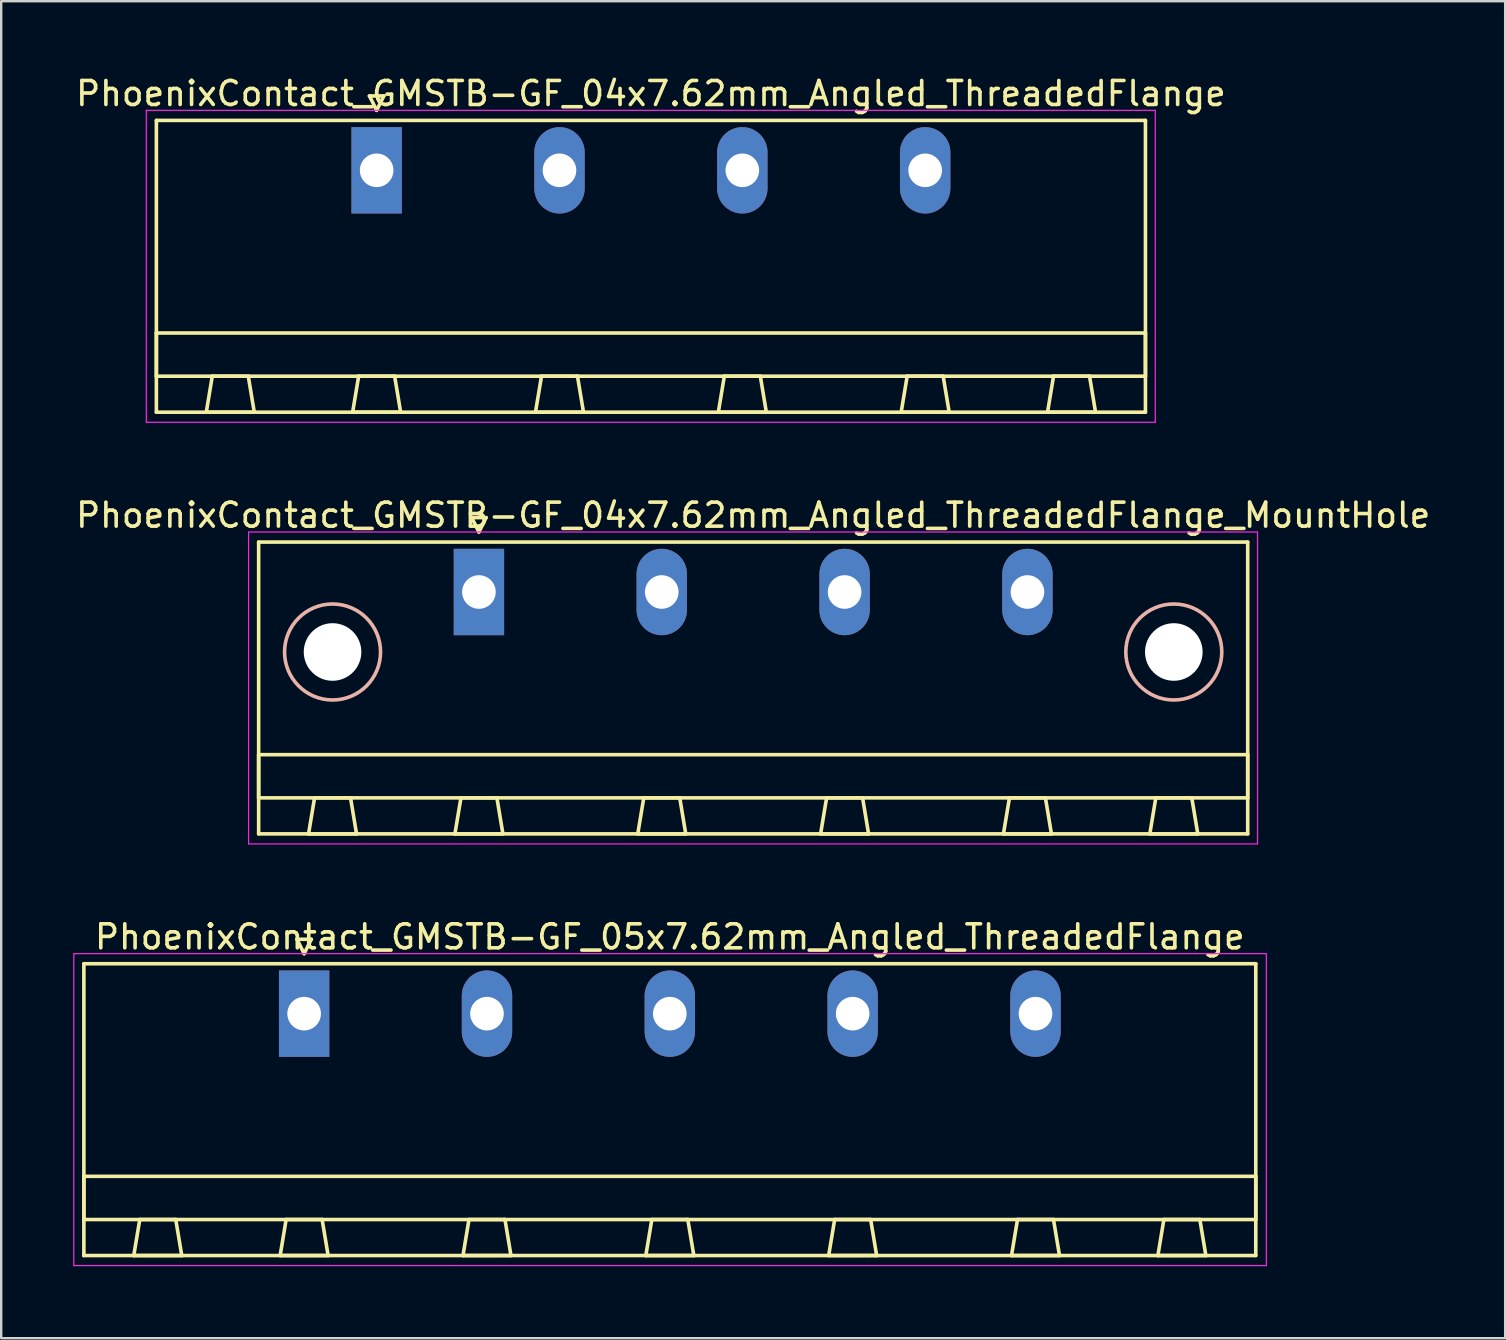
<source format=kicad_pcb>
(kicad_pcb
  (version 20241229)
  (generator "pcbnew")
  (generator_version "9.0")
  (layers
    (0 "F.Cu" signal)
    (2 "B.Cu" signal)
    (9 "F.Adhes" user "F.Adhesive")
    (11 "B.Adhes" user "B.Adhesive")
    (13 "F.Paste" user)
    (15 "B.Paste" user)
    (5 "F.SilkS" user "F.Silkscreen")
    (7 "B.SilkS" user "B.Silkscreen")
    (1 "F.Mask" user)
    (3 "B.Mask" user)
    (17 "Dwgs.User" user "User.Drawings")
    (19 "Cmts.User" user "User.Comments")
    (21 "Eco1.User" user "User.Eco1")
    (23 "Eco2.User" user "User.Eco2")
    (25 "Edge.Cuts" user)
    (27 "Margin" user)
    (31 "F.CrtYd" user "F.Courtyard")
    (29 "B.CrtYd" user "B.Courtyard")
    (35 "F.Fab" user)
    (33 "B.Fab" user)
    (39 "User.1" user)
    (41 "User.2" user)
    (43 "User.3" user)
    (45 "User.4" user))
  (footprint "PhoenixContact_GMSTB-GF_04x7.62mm_Angled_ThreadedFlange_MountHole"
    (layer "F.Cu")
    (at 16.909 21.622)
    (property "Reference" "PhoenixContact_GMSTB-GF_04x7.62mm_Angled_ThreadedFlange_MountHole" (at 11.43 -3.2 0) (layer "F.SilkS") (effects (font (size 1 1) (thickness 0.15))))
    (attr through_hole)
    (fp_line (start -9.18 -2.08) (end -9.18 10.08) (stroke (width 0.15) (type solid)) (layer "F.SilkS"))
    (fp_line (start -9.18 6.78) (end 32.04 6.78) (stroke (width 0.15) (type solid)) (layer "F.SilkS"))
    (fp_line (start -9.18 8.58) (end -9.18 6.78) (stroke (width 0.15) (type solid)) (layer "F.SilkS"))
    (fp_line (start -9.18 10.08) (end 32.04 10.08) (stroke (width 0.15) (type solid)) (layer "F.SilkS"))
    (fp_line (start -7.1 10.08) (end -5.1 10.08) (stroke (width 0.15) (type solid)) (layer "F.SilkS"))
    (fp_line (start -6.85 8.58) (end -7.1 10.08) (stroke (width 0.15) (type solid)) (layer "F.SilkS"))
    (fp_line (start -5.35 8.58) (end -6.85 8.58) (stroke (width 0.15) (type solid)) (layer "F.SilkS"))
    (fp_line (start -5.1 10.08) (end -5.35 8.58) (stroke (width 0.15) (type solid)) (layer "F.SilkS"))
    (fp_line (start -1 10.08) (end 1 10.08) (stroke (width 0.15) (type solid)) (layer "F.SilkS"))
    (fp_line (start -0.75 8.58) (end -1 10.08) (stroke (width 0.15) (type solid)) (layer "F.SilkS"))
    (fp_line (start -0.3 -3.1) (end 0 -2.5) (stroke (width 0.15) (type solid)) (layer "F.SilkS"))
    (fp_line (start 0 -2.5) (end 0.3 -3.1) (stroke (width 0.15) (type solid)) (layer "F.SilkS"))
    (fp_line (start 0.3 -3.1) (end -0.3 -3.1) (stroke (width 0.15) (type solid)) (layer "F.SilkS"))
    (fp_line (start 0.75 8.58) (end -0.75 8.58) (stroke (width 0.15) (type solid)) (layer "F.SilkS"))
    (fp_line (start 1 10.08) (end 0.75 8.58) (stroke (width 0.15) (type solid)) (layer "F.SilkS"))
    (fp_line (start 6.62 10.08) (end 8.62 10.08) (stroke (width 0.15) (type solid)) (layer "F.SilkS"))
    (fp_line (start 6.87 8.58) (end 6.62 10.08) (stroke (width 0.15) (type solid)) (layer "F.SilkS"))
    (fp_line (start 8.37 8.58) (end 6.87 8.58) (stroke (width 0.15) (type solid)) (layer "F.SilkS"))
    (fp_line (start 8.62 10.08) (end 8.37 8.58) (stroke (width 0.15) (type solid)) (layer "F.SilkS"))
    (fp_line (start 14.24 10.08) (end 16.24 10.08) (stroke (width 0.15) (type solid)) (layer "F.SilkS"))
    (fp_line (start 14.49 8.58) (end 14.24 10.08) (stroke (width 0.15) (type solid)) (layer "F.SilkS"))
    (fp_line (start 15.99 8.58) (end 14.49 8.58) (stroke (width 0.15) (type solid)) (layer "F.SilkS"))
    (fp_line (start 16.24 10.08) (end 15.99 8.58) (stroke (width 0.15) (type solid)) (layer "F.SilkS"))
    (fp_line (start 21.86 10.08) (end 23.86 10.08) (stroke (width 0.15) (type solid)) (layer "F.SilkS"))
    (fp_line (start 22.11 8.58) (end 21.86 10.08) (stroke (width 0.15) (type solid)) (layer "F.SilkS"))
    (fp_line (start 23.61 8.58) (end 22.11 8.58) (stroke (width 0.15) (type solid)) (layer "F.SilkS"))
    (fp_line (start 23.86 10.08) (end 23.61 8.58) (stroke (width 0.15) (type solid)) (layer "F.SilkS"))
    (fp_line (start 27.96 10.08) (end 29.96 10.08) (stroke (width 0.15) (type solid)) (layer "F.SilkS"))
    (fp_line (start 28.21 8.58) (end 27.96 10.08) (stroke (width 0.15) (type solid)) (layer "F.SilkS"))
    (fp_line (start 29.71 8.58) (end 28.21 8.58) (stroke (width 0.15) (type solid)) (layer "F.SilkS"))
    (fp_line (start 29.96 10.08) (end 29.71 8.58) (stroke (width 0.15) (type solid)) (layer "F.SilkS"))
    (fp_line (start 32.04 -2.08) (end -9.18 -2.08) (stroke (width 0.15) (type solid)) (layer "F.SilkS"))
    (fp_line (start 32.04 6.78) (end 32.04 8.58) (stroke (width 0.15) (type solid)) (layer "F.SilkS"))
    (fp_line (start 32.04 8.58) (end -9.18 8.58) (stroke (width 0.15) (type solid)) (layer "F.SilkS"))
    (fp_line (start 32.04 10.08) (end 32.04 -2.08) (stroke (width 0.15) (type solid)) (layer "F.SilkS"))
    (fp_circle (center -6.1 2.5) (end -4.1 2.5) (stroke (width 0.15) (type solid)) (fill no) (layer "B.SilkS"))
    (fp_circle (center 28.96 2.5) (end 30.96 2.5) (stroke (width 0.15) (type solid)) (fill no) (layer "B.SilkS"))
    (fp_line (start -9.6 -2.5) (end -9.6 10.5) (stroke (width 0.05) (type solid)) (layer "F.CrtYd"))
    (fp_line (start -9.6 10.5) (end 32.45 10.5) (stroke (width 0.05) (type solid)) (layer "F.CrtYd"))
    (fp_line (start 32.45 -2.5) (end -9.6 -2.5) (stroke (width 0.05) (type solid)) (layer "F.CrtYd"))
    (fp_line (start 32.45 10.5) (end 32.45 -2.5) (stroke (width 0.05) (type solid)) (layer "F.CrtYd"))
    (pad "" np_thru_hole circle (at -6.1 2.5) (size 2.4 2.4) (drill 2.4) (layers "*.Cu" "*.Mask"))
    (pad "" np_thru_hole circle (at 28.96 2.5) (size 2.4 2.4) (drill 2.4) (layers "*.Cu" "*.Mask"))
    (pad "1" thru_hole rect (at 0 0) (size 2.1 3.6) (drill 1.4) (layers "*.Cu" "*.Mask"))
    (pad "2" thru_hole oval (at 7.62 0) (size 2.1 3.6) (drill 1.4) (layers "*.Cu" "*.Mask"))
    (pad "3" thru_hole oval (at 15.24 0) (size 2.1 3.6) (drill 1.4) (layers "*.Cu" "*.Mask"))
    (pad "4" thru_hole oval (at 22.86 0) (size 2.1 3.6) (drill 1.4) (layers "*.Cu" "*.Mask")))
  (footprint "PhoenixContact_GMSTB-GF_04x7.62mm_Angled_ThreadedFlange"
    (layer "F.Cu")
    (at 12.647 4.048)
    (property "Reference" "PhoenixContact_GMSTB-GF_04x7.62mm_Angled_ThreadedFlange" (at 11.43 -3.2 0) (layer "F.SilkS") (effects (font (size 1 1) (thickness 0.15))))
    (attr through_hole)
    (fp_line (start -9.18 -2.08) (end -9.18 10.08) (stroke (width 0.15) (type solid)) (layer "F.SilkS"))
    (fp_line (start -9.18 6.78) (end 32.04 6.78) (stroke (width 0.15) (type solid)) (layer "F.SilkS"))
    (fp_line (start -9.18 8.58) (end -9.18 6.78) (stroke (width 0.15) (type solid)) (layer "F.SilkS"))
    (fp_line (start -9.18 10.08) (end 32.04 10.08) (stroke (width 0.15) (type solid)) (layer "F.SilkS"))
    (fp_line (start -7.1 10.08) (end -5.1 10.08) (stroke (width 0.15) (type solid)) (layer "F.SilkS"))
    (fp_line (start -6.85 8.58) (end -7.1 10.08) (stroke (width 0.15) (type solid)) (layer "F.SilkS"))
    (fp_line (start -5.35 8.58) (end -6.85 8.58) (stroke (width 0.15) (type solid)) (layer "F.SilkS"))
    (fp_line (start -5.1 10.08) (end -5.35 8.58) (stroke (width 0.15) (type solid)) (layer "F.SilkS"))
    (fp_line (start -1 10.08) (end 1 10.08) (stroke (width 0.15) (type solid)) (layer "F.SilkS"))
    (fp_line (start -0.75 8.58) (end -1 10.08) (stroke (width 0.15) (type solid)) (layer "F.SilkS"))
    (fp_line (start -0.3 -3.1) (end 0 -2.5) (stroke (width 0.15) (type solid)) (layer "F.SilkS"))
    (fp_line (start 0 -2.5) (end 0.3 -3.1) (stroke (width 0.15) (type solid)) (layer "F.SilkS"))
    (fp_line (start 0.3 -3.1) (end -0.3 -3.1) (stroke (width 0.15) (type solid)) (layer "F.SilkS"))
    (fp_line (start 0.75 8.58) (end -0.75 8.58) (stroke (width 0.15) (type solid)) (layer "F.SilkS"))
    (fp_line (start 1 10.08) (end 0.75 8.58) (stroke (width 0.15) (type solid)) (layer "F.SilkS"))
    (fp_line (start 6.62 10.08) (end 8.62 10.08) (stroke (width 0.15) (type solid)) (layer "F.SilkS"))
    (fp_line (start 6.87 8.58) (end 6.62 10.08) (stroke (width 0.15) (type solid)) (layer "F.SilkS"))
    (fp_line (start 8.37 8.58) (end 6.87 8.58) (stroke (width 0.15) (type solid)) (layer "F.SilkS"))
    (fp_line (start 8.62 10.08) (end 8.37 8.58) (stroke (width 0.15) (type solid)) (layer "F.SilkS"))
    (fp_line (start 14.24 10.08) (end 16.24 10.08) (stroke (width 0.15) (type solid)) (layer "F.SilkS"))
    (fp_line (start 14.49 8.58) (end 14.24 10.08) (stroke (width 0.15) (type solid)) (layer "F.SilkS"))
    (fp_line (start 15.99 8.58) (end 14.49 8.58) (stroke (width 0.15) (type solid)) (layer "F.SilkS"))
    (fp_line (start 16.24 10.08) (end 15.99 8.58) (stroke (width 0.15) (type solid)) (layer "F.SilkS"))
    (fp_line (start 21.86 10.08) (end 23.86 10.08) (stroke (width 0.15) (type solid)) (layer "F.SilkS"))
    (fp_line (start 22.11 8.58) (end 21.86 10.08) (stroke (width 0.15) (type solid)) (layer "F.SilkS"))
    (fp_line (start 23.61 8.58) (end 22.11 8.58) (stroke (width 0.15) (type solid)) (layer "F.SilkS"))
    (fp_line (start 23.86 10.08) (end 23.61 8.58) (stroke (width 0.15) (type solid)) (layer "F.SilkS"))
    (fp_line (start 27.96 10.08) (end 29.96 10.08) (stroke (width 0.15) (type solid)) (layer "F.SilkS"))
    (fp_line (start 28.21 8.58) (end 27.96 10.08) (stroke (width 0.15) (type solid)) (layer "F.SilkS"))
    (fp_line (start 29.71 8.58) (end 28.21 8.58) (stroke (width 0.15) (type solid)) (layer "F.SilkS"))
    (fp_line (start 29.96 10.08) (end 29.71 8.58) (stroke (width 0.15) (type solid)) (layer "F.SilkS"))
    (fp_line (start 32.04 -2.08) (end -9.18 -2.08) (stroke (width 0.15) (type solid)) (layer "F.SilkS"))
    (fp_line (start 32.04 6.78) (end 32.04 8.58) (stroke (width 0.15) (type solid)) (layer "F.SilkS"))
    (fp_line (start 32.04 8.58) (end -9.18 8.58) (stroke (width 0.15) (type solid)) (layer "F.SilkS"))
    (fp_line (start 32.04 10.08) (end 32.04 -2.08) (stroke (width 0.15) (type solid)) (layer "F.SilkS"))
    (fp_line (start -9.6 -2.5) (end -9.6 10.5) (stroke (width 0.05) (type solid)) (layer "F.CrtYd"))
    (fp_line (start -9.6 10.5) (end 32.45 10.5) (stroke (width 0.05) (type solid)) (layer "F.CrtYd"))
    (fp_line (start 32.45 -2.5) (end -9.6 -2.5) (stroke (width 0.05) (type solid)) (layer "F.CrtYd"))
    (fp_line (start 32.45 10.5) (end 32.45 -2.5) (stroke (width 0.05) (type solid)) (layer "F.CrtYd"))
    (pad "1" thru_hole rect (at 0 0) (size 2.1 3.6) (drill 1.4) (layers "*.Cu" "*.Mask"))
    (pad "2" thru_hole oval (at 7.62 0) (size 2.1 3.6) (drill 1.4) (layers "*.Cu" "*.Mask"))
    (pad "3" thru_hole oval (at 15.24 0) (size 2.1 3.6) (drill 1.4) (layers "*.Cu" "*.Mask"))
    (pad "4" thru_hole oval (at 22.86 0) (size 2.1 3.6) (drill 1.4) (layers "*.Cu" "*.Mask")))
  (footprint "PhoenixContact_GMSTB-GF_05x7.62mm_Angled_ThreadedFlange"
    (layer "F.Cu")
    (at 9.625 39.195)
    (property "Reference" "PhoenixContact_GMSTB-GF_05x7.62mm_Angled_ThreadedFlange" (at 15.24 -3.2 0) (layer "F.SilkS") (effects (font (size 1 1) (thickness 0.15))))
    (attr through_hole)
    (fp_line (start -9.18 -2.08) (end -9.18 10.08) (stroke (width 0.15) (type solid)) (layer "F.SilkS"))
    (fp_line (start -9.18 6.78) (end 39.66 6.78) (stroke (width 0.15) (type solid)) (layer "F.SilkS"))
    (fp_line (start -9.18 8.58) (end -9.18 6.78) (stroke (width 0.15) (type solid)) (layer "F.SilkS"))
    (fp_line (start -9.18 10.08) (end 39.66 10.08) (stroke (width 0.15) (type solid)) (layer "F.SilkS"))
    (fp_line (start -7.1 10.08) (end -5.1 10.08) (stroke (width 0.15) (type solid)) (layer "F.SilkS"))
    (fp_line (start -6.85 8.58) (end -7.1 10.08) (stroke (width 0.15) (type solid)) (layer "F.SilkS"))
    (fp_line (start -5.35 8.58) (end -6.85 8.58) (stroke (width 0.15) (type solid)) (layer "F.SilkS"))
    (fp_line (start -5.1 10.08) (end -5.35 8.58) (stroke (width 0.15) (type solid)) (layer "F.SilkS"))
    (fp_line (start -1 10.08) (end 1 10.08) (stroke (width 0.15) (type solid)) (layer "F.SilkS"))
    (fp_line (start -0.75 8.58) (end -1 10.08) (stroke (width 0.15) (type solid)) (layer "F.SilkS"))
    (fp_line (start -0.3 -3.1) (end 0 -2.5) (stroke (width 0.15) (type solid)) (layer "F.SilkS"))
    (fp_line (start 0 -2.5) (end 0.3 -3.1) (stroke (width 0.15) (type solid)) (layer "F.SilkS"))
    (fp_line (start 0.3 -3.1) (end -0.3 -3.1) (stroke (width 0.15) (type solid)) (layer "F.SilkS"))
    (fp_line (start 0.75 8.58) (end -0.75 8.58) (stroke (width 0.15) (type solid)) (layer "F.SilkS"))
    (fp_line (start 1 10.08) (end 0.75 8.58) (stroke (width 0.15) (type solid)) (layer "F.SilkS"))
    (fp_line (start 6.62 10.08) (end 8.62 10.08) (stroke (width 0.15) (type solid)) (layer "F.SilkS"))
    (fp_line (start 6.87 8.58) (end 6.62 10.08) (stroke (width 0.15) (type solid)) (layer "F.SilkS"))
    (fp_line (start 8.37 8.58) (end 6.87 8.58) (stroke (width 0.15) (type solid)) (layer "F.SilkS"))
    (fp_line (start 8.62 10.08) (end 8.37 8.58) (stroke (width 0.15) (type solid)) (layer "F.SilkS"))
    (fp_line (start 14.24 10.08) (end 16.24 10.08) (stroke (width 0.15) (type solid)) (layer "F.SilkS"))
    (fp_line (start 14.49 8.58) (end 14.24 10.08) (stroke (width 0.15) (type solid)) (layer "F.SilkS"))
    (fp_line (start 15.99 8.58) (end 14.49 8.58) (stroke (width 0.15) (type solid)) (layer "F.SilkS"))
    (fp_line (start 16.24 10.08) (end 15.99 8.58) (stroke (width 0.15) (type solid)) (layer "F.SilkS"))
    (fp_line (start 21.86 10.08) (end 23.86 10.08) (stroke (width 0.15) (type solid)) (layer "F.SilkS"))
    (fp_line (start 22.11 8.58) (end 21.86 10.08) (stroke (width 0.15) (type solid)) (layer "F.SilkS"))
    (fp_line (start 23.61 8.58) (end 22.11 8.58) (stroke (width 0.15) (type solid)) (layer "F.SilkS"))
    (fp_line (start 23.86 10.08) (end 23.61 8.58) (stroke (width 0.15) (type solid)) (layer "F.SilkS"))
    (fp_line (start 29.48 10.08) (end 31.48 10.08) (stroke (width 0.15) (type solid)) (layer "F.SilkS"))
    (fp_line (start 29.73 8.58) (end 29.48 10.08) (stroke (width 0.15) (type solid)) (layer "F.SilkS"))
    (fp_line (start 31.23 8.58) (end 29.73 8.58) (stroke (width 0.15) (type solid)) (layer "F.SilkS"))
    (fp_line (start 31.48 10.08) (end 31.23 8.58) (stroke (width 0.15) (type solid)) (layer "F.SilkS"))
    (fp_line (start 35.58 10.08) (end 37.58 10.08) (stroke (width 0.15) (type solid)) (layer "F.SilkS"))
    (fp_line (start 35.83 8.58) (end 35.58 10.08) (stroke (width 0.15) (type solid)) (layer "F.SilkS"))
    (fp_line (start 37.33 8.58) (end 35.83 8.58) (stroke (width 0.15) (type solid)) (layer "F.SilkS"))
    (fp_line (start 37.58 10.08) (end 37.33 8.58) (stroke (width 0.15) (type solid)) (layer "F.SilkS"))
    (fp_line (start 39.66 -2.08) (end -9.18 -2.08) (stroke (width 0.15) (type solid)) (layer "F.SilkS"))
    (fp_line (start 39.66 6.78) (end 39.66 8.58) (stroke (width 0.15) (type solid)) (layer "F.SilkS"))
    (fp_line (start 39.66 8.58) (end -9.18 8.58) (stroke (width 0.15) (type solid)) (layer "F.SilkS"))
    (fp_line (start 39.66 10.08) (end 39.66 -2.08) (stroke (width 0.15) (type solid)) (layer "F.SilkS"))
    (fp_line (start -9.6 -2.5) (end -9.6 10.5) (stroke (width 0.05) (type solid)) (layer "F.CrtYd"))
    (fp_line (start -9.6 10.5) (end 40.1 10.5) (stroke (width 0.05) (type solid)) (layer "F.CrtYd"))
    (fp_line (start 40.1 -2.5) (end -9.6 -2.5) (stroke (width 0.05) (type solid)) (layer "F.CrtYd"))
    (fp_line (start 40.1 10.5) (end 40.1 -2.5) (stroke (width 0.05) (type solid)) (layer "F.CrtYd"))
    (pad "1" thru_hole rect (at 0 0) (size 2.1 3.6) (drill 1.4) (layers "*.Cu" "*.Mask"))
    (pad "2" thru_hole oval (at 7.62 0) (size 2.1 3.6) (drill 1.4) (layers "*.Cu" "*.Mask"))
    (pad "3" thru_hole oval (at 15.24 0) (size 2.1 3.6) (drill 1.4) (layers "*.Cu" "*.Mask"))
    (pad "4" thru_hole oval (at 22.86 0) (size 2.1 3.6) (drill 1.4) (layers "*.Cu" "*.Mask"))
    (pad "5" thru_hole oval (at 30.48 0) (size 2.1 3.6) (drill 1.4) (layers "*.Cu" "*.Mask")))
  (gr_rect
    (start -3 -3)
    (end 59.679 52.72)
    (stroke (width 0.1) (type default))
    (fill no)
    (layer "Edge.Cuts")))
</source>
